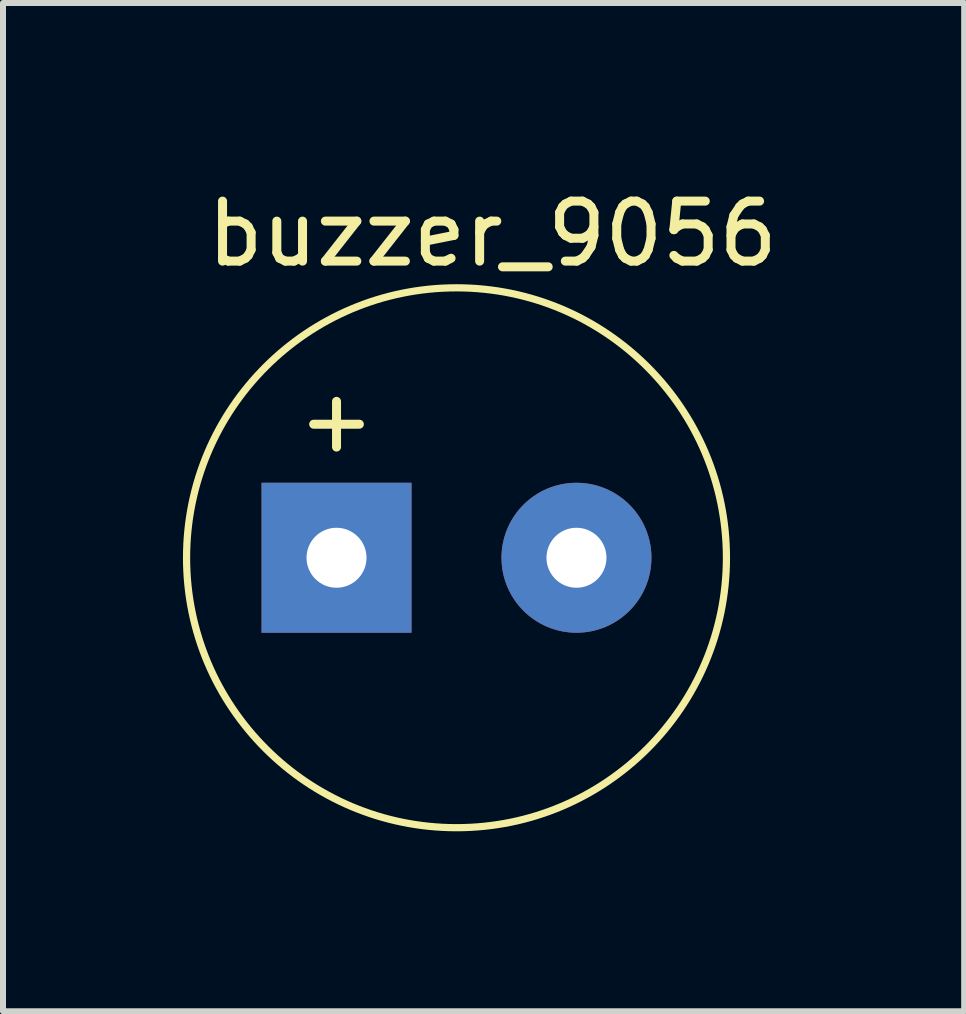
<source format=kicad_pcb>
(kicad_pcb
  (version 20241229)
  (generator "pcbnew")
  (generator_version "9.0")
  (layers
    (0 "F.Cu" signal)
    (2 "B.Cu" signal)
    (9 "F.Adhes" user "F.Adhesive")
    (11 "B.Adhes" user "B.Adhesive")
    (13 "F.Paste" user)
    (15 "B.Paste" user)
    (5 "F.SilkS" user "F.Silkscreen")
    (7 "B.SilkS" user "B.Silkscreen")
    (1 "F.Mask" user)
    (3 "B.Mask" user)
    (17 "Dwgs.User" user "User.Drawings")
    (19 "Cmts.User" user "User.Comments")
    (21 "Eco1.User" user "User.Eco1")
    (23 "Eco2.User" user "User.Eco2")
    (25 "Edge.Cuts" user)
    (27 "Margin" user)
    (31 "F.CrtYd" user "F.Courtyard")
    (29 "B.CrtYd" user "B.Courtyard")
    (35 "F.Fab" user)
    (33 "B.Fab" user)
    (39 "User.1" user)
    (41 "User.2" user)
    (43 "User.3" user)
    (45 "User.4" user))
  (footprint "buzzer_9056"
    (layer "F.Cu")
    (at 2.56 6.248)
    (property "Reference" "buzzer_9056" (at 2.6 -5.4 0) (unlocked yes) (layer "F.SilkS") (effects (font (size 1 1) (thickness 0.15))))
    (attr through_hole)
    (fp_circle (center 2 0) (end 6.5 0) (stroke (width 0.12) (type solid)) (fill no) (layer "F.SilkS"))
    (fp_text user "+" (at 0 -2.3 0) (unlocked yes) (layer "F.SilkS") (effects (font (size 1 1) (thickness 0.15))))
    (pad "1" thru_hole rect (at 0 0) (size 2.5 2.5) (drill 1) (layers "*.Cu" "*.Mask"))
    (pad "2" thru_hole circle (at 4 0) (size 2.5 2.5) (drill 1) (layers "*.Cu" "*.Mask")))
  (gr_rect
    (start -3 -3)
    (end 13.023 13.808)
    (stroke (width 0.1) (type default))
    (fill no)
    (layer "Edge.Cuts")))
</source>
